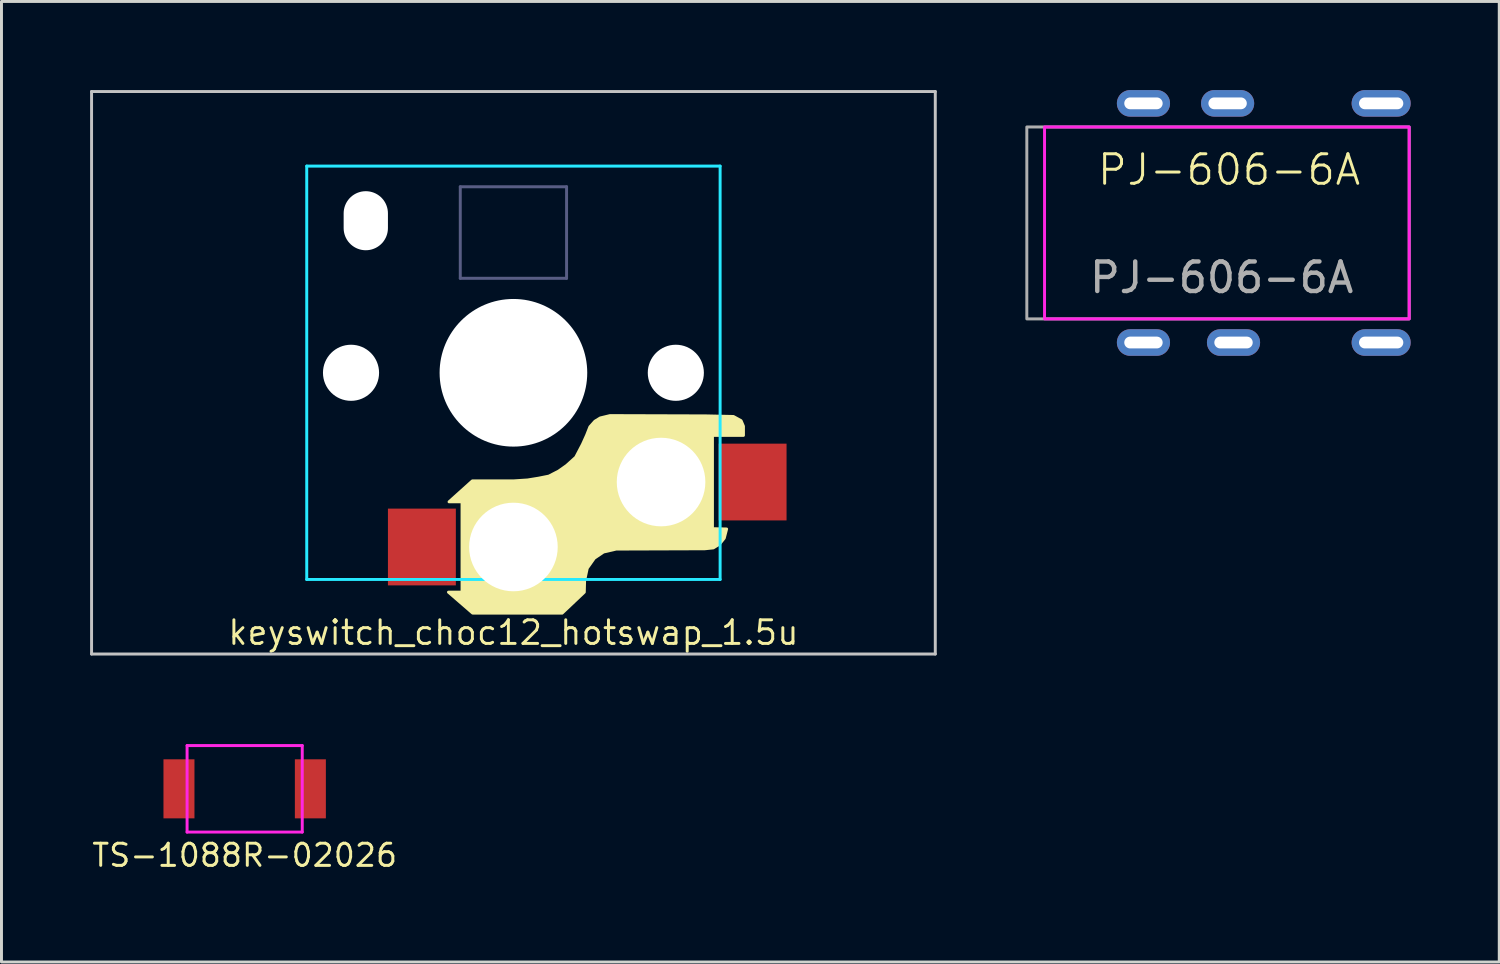
<source format=kicad_pcb>
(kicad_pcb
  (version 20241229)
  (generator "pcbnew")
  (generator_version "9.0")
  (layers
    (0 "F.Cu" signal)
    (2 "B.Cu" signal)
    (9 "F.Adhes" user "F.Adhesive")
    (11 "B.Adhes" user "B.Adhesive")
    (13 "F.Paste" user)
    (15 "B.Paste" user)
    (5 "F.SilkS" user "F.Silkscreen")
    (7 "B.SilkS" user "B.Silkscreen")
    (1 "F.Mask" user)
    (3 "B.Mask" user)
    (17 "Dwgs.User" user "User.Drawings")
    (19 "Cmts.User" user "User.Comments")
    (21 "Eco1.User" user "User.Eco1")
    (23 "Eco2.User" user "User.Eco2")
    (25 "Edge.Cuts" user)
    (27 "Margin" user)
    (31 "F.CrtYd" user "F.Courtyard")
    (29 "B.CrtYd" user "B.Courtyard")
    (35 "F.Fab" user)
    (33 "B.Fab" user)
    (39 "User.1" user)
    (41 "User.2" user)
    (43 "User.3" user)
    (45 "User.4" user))
  (footprint "keyswitch_choc12_hotswap_1.5u"
    (layer "F.Cu")
    (at 14.338 9.575)
    (property "Reference" "keyswitch_choc12_hotswap_1.5u" (at 0 8.8 0) (layer "F.SilkS") (effects (font (size 0.8 0.8) (thickness 0.1) (bold yes))))
    (attr smd)
    (fp_poly (pts (xy 1.8 3.14) (xy 2.11 2.86) (xy 2.34 2.42) (xy 2.48 2.11) (xy 2.59 1.83) (xy 2.76 1.64) (xy 2.94 1.53) (xy 3.27 1.45) (xy 6.52 1.46) (xy 7.45 1.48) (xy 7.71 1.622) (xy 7.79 1.81) (xy 7.79 2.12) (xy 6.74 2.12) (xy 6.74 5.28) (xy 7.22 5.29) (xy 7.14 5.6) (xy 6.98 5.8) (xy 6.77 5.93) (xy 6.48 5.96) (xy 3.48 5.97) (xy 3.05 6.07) (xy 2.74 6.28) (xy 2.5 6.62) (xy 2.41 7.04) (xy 2.4 7.43) (xy 1.65 8.14) (xy -1.38 8.14) (xy -2.2 7.43) (xy -1.74 7.43) (xy -1.74 4.37) (xy -2.18 4.37) (xy -1.39 3.66) (xy 0.02 3.66) (xy 0.48 3.63) (xy 0.85 3.57) (xy 1.2 3.5) (xy 1.53 3.33)) (stroke (width 0.1) (type solid)) (fill yes) (layer "F.SilkS"))
    (fp_line (start -14.287 -9.525) (end -14.287 9.525) (stroke (width 0.1) (type solid)) (layer "Dwgs.User"))
    (fp_line (start -14.287 9.525) (end 14.287 9.525) (stroke (width 0.1) (type solid)) (layer "Dwgs.User"))
    (fp_line (start 14.287 -9.525) (end -14.287 -9.525) (stroke (width 0.1) (type solid)) (layer "Dwgs.User"))
    (fp_line (start 14.287 9.525) (end 14.287 -9.525) (stroke (width 0.1) (type solid)) (layer "Dwgs.User"))
    (fp_line (start -7 -7) (end -7 7) (stroke (width 0.1) (type solid)) (layer "B.CrtYd"))
    (fp_line (start -7 7) (end 7 7) (stroke (width 0.1) (type solid)) (layer "B.CrtYd"))
    (fp_line (start 7 -7) (end -7 -7) (stroke (width 0.1) (type solid)) (layer "B.CrtYd"))
    (fp_line (start 7 7) (end 7 -7) (stroke (width 0.1) (type solid)) (layer "B.CrtYd"))
    (fp_line (start -1.8 -6.3) (end 1.8 -6.3) (stroke (width 0.1) (type default)) (layer "B.Fab"))
    (fp_line (start -1.8 -3.2) (end -1.8 -6.3) (stroke (width 0.1) (type default)) (layer "B.Fab"))
    (fp_line (start -1.8 -3.2) (end 1.8 -3.2) (stroke (width 0.1) (type default)) (layer "B.Fab"))
    (fp_line (start 1.8 -3.2) (end 1.8 -6.3) (stroke (width 0.1) (type default)) (layer "B.Fab"))
    (pad "" np_thru_hole circle (at -5.5 0 270) (size 1.9 1.9) (drill 1.9) (layers "*.Cu" "*.Mask"))
    (pad "" np_thru_hole oval (at -5 -5.15) (size 1.5 2) (drill oval 1.5 2) (layers "*.Cu" "*.Mask"))
    (pad "" np_thru_hole circle (at 0 0 270) (size 5 5) (drill 5) (layers "*.Cu" "*.Mask"))
    (pad "" np_thru_hole circle (at 0 5.9 270) (size 3 3) (drill 3) (layers "*.Cu" "*.Mask"))
    (pad "" np_thru_hole circle (at 5 3.7 270) (size 3 3) (drill 3) (layers "*.Cu" "*.Mask"))
    (pad "" np_thru_hole circle (at 5.5 0 270) (size 1.9 1.9) (drill 1.9) (layers "*.Cu" "*.Mask"))
    (pad "1" smd rect (at 8.1 3.7 180) (size 2.3 2.6) (layers "F.Cu" "F.Mask" "F.Paste"))
    (pad "2" smd rect (at -3.1 5.9 180) (size 2.3 2.6) (layers "F.Cu" "F.Mask" "F.Paste")))
  (footprint "TS-1088R-02026"
    (layer "F.Cu")
    (at 5.236 23.665)
    (property "Reference" "TS-1088R-02026" (at 0 2.25 0) (layer "F.SilkS") (effects (font (size 0.75 0.75) (thickness 0.1))))
    (attr smd)
    (fp_line (start -1.95 -1.465) (end -1.95 1.465) (stroke (width 0.1) (type default)) (layer "F.CrtYd"))
    (fp_line (start -1.95 -1.465) (end 1.95 -1.465) (stroke (width 0.1) (type solid)) (layer "F.CrtYd"))
    (fp_line (start 1.95 -1.465) (end 1.95 1.465) (stroke (width 0.1) (type default)) (layer "F.CrtYd"))
    (fp_line (start 1.95 1.465) (end -1.95 1.465) (stroke (width 0.1) (type solid)) (layer "F.CrtYd"))
    (pad "1" smd rect (at -2.225 0 180) (size 1.05 2) (layers "F.Cu" "F.Mask" "F.Paste"))
    (pad "2" smd rect (at 2.225 0 180) (size 1.05 2) (layers "F.Cu" "F.Mask" "F.Paste")))
  (footprint "PJ-606-6A"
    (layer "F.Cu")
    (at 32.325 7.75)
    (property "Reference" "PJ-606-6A" (at 6.25 -5.05 0) (unlocked yes) (layer "F.SilkS") (effects (font (size 1 1) (thickness 0.1))))
    (attr through_hole)
    (fp_rect (start 0 -6.5) (end 12.35 0) (stroke (width 0.1) (type default)) (fill no) (layer "F.CrtYd"))
    (fp_rect (start -0.6 -6.5) (end 12.35 0) (stroke (width 0.1) (type default)) (fill no) (layer "F.Fab"))
    (fp_text user "${REFERENCE}" (at 6 -1.4 0) (unlocked yes) (layer "F.Fab") (effects (font (size 1 1) (thickness 0.15))))
    (pad "R1" thru_hole oval (at 3.35 0.8) (size 1.8 0.9) (drill oval 1.3 0.4) (layers "*.Cu" "*.Mask"))
    (pad "R2" thru_hole oval (at 11.4 0.8) (size 2 0.9) (drill oval 1.5 0.4) (layers "*.Cu" "*.Mask"))
    (pad "S" thru_hole oval (at 3.35 -7.3) (size 1.8 0.9) (drill oval 1.3 0.4) (layers "*.Cu" "*.Mask"))
    (pad "S" thru_hole oval (at 6.4 0.8) (size 1.8 0.9) (drill oval 1.3 0.4) (layers "*.Cu" "*.Mask"))
    (pad "T" thru_hole oval (at 6.2 -7.3) (size 1.8 0.9) (drill oval 1.3 0.4) (layers "*.Cu" "*.Mask"))
    (pad "T" thru_hole oval (at 11.4 -7.3) (size 2 0.9) (drill oval 1.5 0.4) (layers "*.Cu" "*.Mask")))
  (gr_rect
    (start -3 -3)
    (end 47.725 29.529)
    (stroke (width 0.1) (type default))
    (fill no)
    (layer "Edge.Cuts")))
</source>
